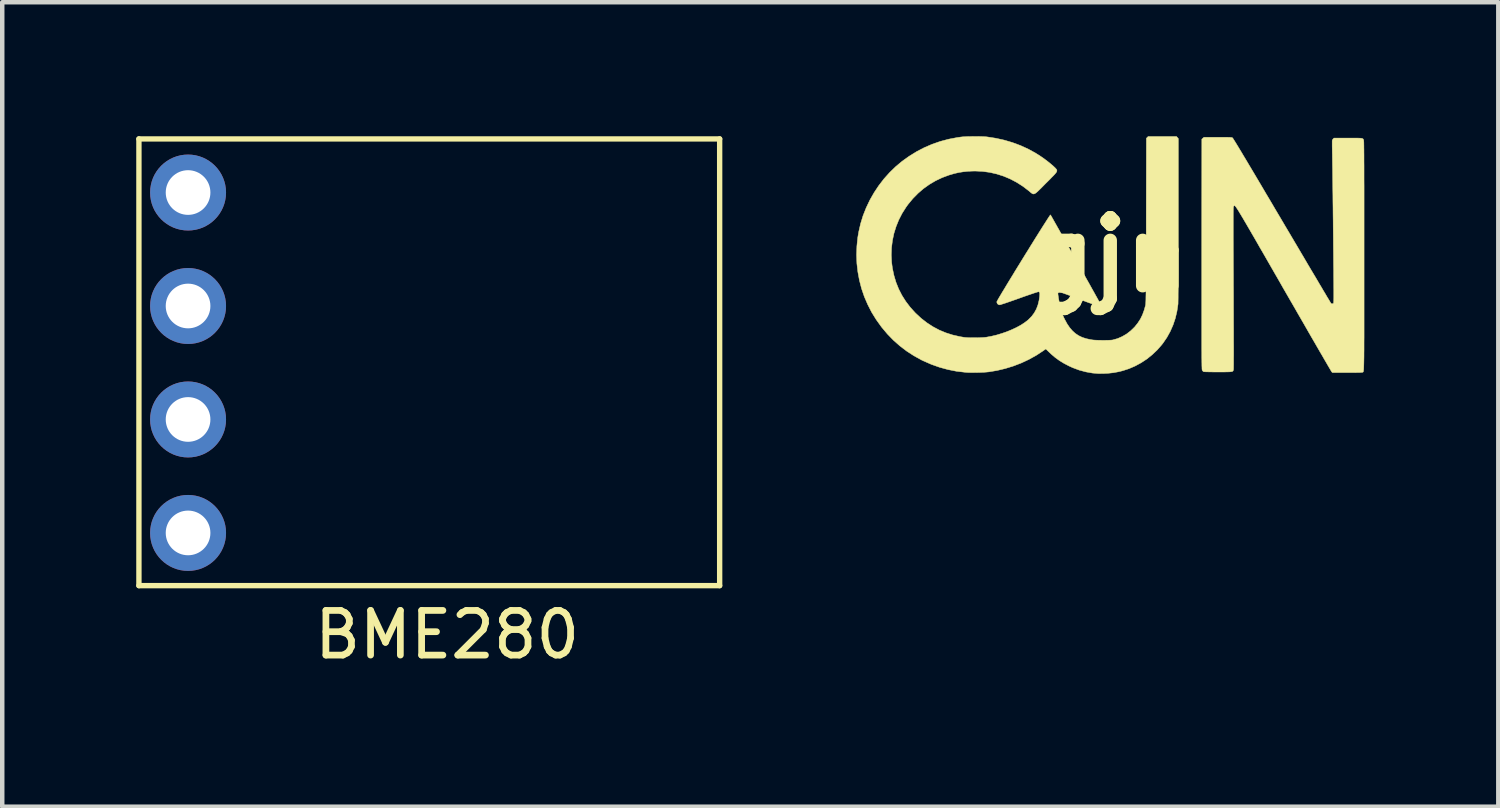
<source format=kicad_pcb>
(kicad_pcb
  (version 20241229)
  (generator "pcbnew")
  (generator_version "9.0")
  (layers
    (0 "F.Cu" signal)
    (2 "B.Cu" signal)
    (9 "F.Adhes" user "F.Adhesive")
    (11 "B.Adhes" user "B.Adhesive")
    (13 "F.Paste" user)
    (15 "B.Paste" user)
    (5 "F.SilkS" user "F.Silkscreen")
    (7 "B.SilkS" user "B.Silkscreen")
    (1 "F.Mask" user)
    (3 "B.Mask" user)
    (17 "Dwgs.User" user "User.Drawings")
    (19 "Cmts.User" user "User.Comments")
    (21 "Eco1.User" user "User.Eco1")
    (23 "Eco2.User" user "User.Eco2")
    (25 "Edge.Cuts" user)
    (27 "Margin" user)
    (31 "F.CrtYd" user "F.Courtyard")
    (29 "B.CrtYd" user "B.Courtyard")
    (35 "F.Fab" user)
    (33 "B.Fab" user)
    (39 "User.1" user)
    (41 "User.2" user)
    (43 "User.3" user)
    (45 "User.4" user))
  (footprint "gjn"
    (layer "F.Cu")
    (at 21.804 2.657)
    (property "Reference" "gjn" (at 0 0 0) (layer "F.SilkS") (effects (font (size 1.524 1.524) (thickness 0.3))))
    (attr through_hole)
    (fp_poly (pts (xy 2.484 -2.634) (xy 2.549 -2.634) (xy 2.601 -2.634) (xy 2.643 -2.633) (xy 2.676 -2.632) (xy 2.7 -2.63) (xy 2.717 -2.629) (xy 2.728 -2.626) (xy 2.734 -2.624) (xy 2.738 -2.62) (xy 2.746 -2.61) (xy 2.756 -2.594) (xy 2.771 -2.57) (xy 2.79 -2.54) (xy 2.813 -2.503) (xy 2.841 -2.457) (xy 2.873 -2.404) (xy 2.91 -2.343) (xy 2.952 -2.273) (xy 2.999 -2.194) (xy 3.052 -2.106) (xy 3.11 -2.008) (xy 3.174 -1.901) (xy 3.244 -1.783) (xy 3.32 -1.655) (xy 3.402 -1.516) (xy 3.491 -1.365) (xy 3.587 -1.204) (xy 3.689 -1.03) (xy 3.799 -0.845) (xy 3.842 -0.772) (xy 3.931 -0.621) (xy 4.019 -0.473) (xy 4.104 -0.329) (xy 4.187 -0.189) (xy 4.267 -0.053) (xy 4.344 0.077) (xy 4.417 0.202) (xy 4.487 0.32) (xy 4.554 0.432) (xy 4.616 0.536) (xy 4.673 0.634) (xy 4.726 0.722) (xy 4.773 0.803) (xy 4.816 0.874) (xy 4.852 0.936) (xy 4.883 0.987) (xy 4.908 1.028) (xy 4.926 1.058) (xy 4.937 1.077) (xy 4.941 1.083) (xy 4.959 1.094) (xy 4.979 1.093) (xy 4.996 1.082) (xy 4.997 1.08) (xy 4.998 1.076) (xy 5 1.071) (xy 5.001 1.063) (xy 5.001 1.051) (xy 5.002 1.036) (xy 5.003 1.016) (xy 5.003 0.992) (xy 5.004 0.962) (xy 5.004 0.926) (xy 5.004 0.883) (xy 5.004 0.833) (xy 5.004 0.775) (xy 5.003 0.709) (xy 5.003 0.634) (xy 5.002 0.549) (xy 5.001 0.455) (xy 5.001 0.349) (xy 4.999 0.232) (xy 4.998 0.103) (xy 4.997 -0.038) (xy 4.995 -0.192) (xy 4.994 -0.36) (xy 4.993 -0.458) (xy 4.991 -0.61) (xy 4.99 -0.761) (xy 4.988 -0.909) (xy 4.987 -1.055) (xy 4.985 -1.196) (xy 4.984 -1.333) (xy 4.982 -1.464) (xy 4.981 -1.588) (xy 4.979 -1.705) (xy 4.978 -1.814) (xy 4.977 -1.914) (xy 4.975 -2.004) (xy 4.974 -2.083) (xy 4.973 -2.151) (xy 4.972 -2.206) (xy 4.972 -2.248) (xy 4.971 -2.264) (xy 4.97 -2.327) (xy 4.969 -2.386) (xy 4.968 -2.44) (xy 4.968 -2.486) (xy 4.968 -2.523) (xy 4.968 -2.549) (xy 4.969 -2.562) (xy 4.969 -2.563) (xy 4.977 -2.582) (xy 4.991 -2.599) (xy 5.009 -2.616) (xy 5.323 -2.616) (xy 5.4 -2.616) (xy 5.465 -2.616) (xy 5.518 -2.616) (xy 5.56 -2.615) (xy 5.593 -2.614) (xy 5.618 -2.612) (xy 5.636 -2.608) (xy 5.648 -2.604) (xy 5.657 -2.599) (xy 5.663 -2.592) (xy 5.667 -2.584) (xy 5.672 -2.573) (xy 5.673 -2.571) (xy 5.673 -2.567) (xy 5.674 -2.559) (xy 5.675 -2.547) (xy 5.676 -2.529) (xy 5.677 -2.507) (xy 5.677 -2.479) (xy 5.678 -2.444) (xy 5.678 -2.404) (xy 5.679 -2.356) (xy 5.679 -2.302) (xy 5.68 -2.239) (xy 5.68 -2.168) (xy 5.68 -2.089) (xy 5.681 -2.001) (xy 5.681 -1.903) (xy 5.681 -1.796) (xy 5.681 -1.679) (xy 5.682 -1.551) (xy 5.682 -1.411) (xy 5.682 -1.261) (xy 5.682 -1.099) (xy 5.682 -0.924) (xy 5.682 -0.737) (xy 5.682 -0.536) (xy 5.682 -0.322) (xy 5.682 -0.094) (xy 5.682 0.011) (xy 5.682 0.242) (xy 5.682 0.459) (xy 5.682 0.662) (xy 5.682 0.852) (xy 5.682 1.029) (xy 5.682 1.194) (xy 5.682 1.347) (xy 5.682 1.489) (xy 5.682 1.62) (xy 5.682 1.74) (xy 5.682 1.85) (xy 5.681 1.951) (xy 5.681 2.042) (xy 5.681 2.125) (xy 5.68 2.199) (xy 5.68 2.266) (xy 5.679 2.325) (xy 5.678 2.377) (xy 5.677 2.423) (xy 5.676 2.462) (xy 5.675 2.496) (xy 5.674 2.525) (xy 5.673 2.549) (xy 5.672 2.568) (xy 5.67 2.584) (xy 5.668 2.596) (xy 5.667 2.606) (xy 5.665 2.613) (xy 5.662 2.617) (xy 5.66 2.62) (xy 5.658 2.622) (xy 5.655 2.624) (xy 5.652 2.624) (xy 5.649 2.626) (xy 5.647 2.627) (xy 5.636 2.629) (xy 5.611 2.63) (xy 5.573 2.632) (xy 5.52 2.633) (xy 5.453 2.634) (xy 5.373 2.634) (xy 5.303 2.634) (xy 4.974 2.634) (xy 4.957 2.617) (xy 4.952 2.609) (xy 4.94 2.589) (xy 4.922 2.558) (xy 4.897 2.516) (xy 4.866 2.463) (xy 4.829 2.399) (xy 4.787 2.327) (xy 4.74 2.245) (xy 4.687 2.155) (xy 4.63 2.056) (xy 4.569 1.95) (xy 4.503 1.837) (xy 4.434 1.717) (xy 4.362 1.591) (xy 4.286 1.459) (xy 4.207 1.323) (xy 4.126 1.181) (xy 4.042 1.036) (xy 3.956 0.887) (xy 3.879 0.754) (xy 3.775 0.571) (xy 3.677 0.401) (xy 3.586 0.243) (xy 3.501 0.095) (xy 3.423 -0.041) (xy 3.35 -0.166) (xy 3.284 -0.282) (xy 3.223 -0.388) (xy 3.167 -0.484) (xy 3.116 -0.572) (xy 3.07 -0.651) (xy 3.028 -0.723) (xy 2.991 -0.786) (xy 2.958 -0.842) (xy 2.928 -0.892) (xy 2.902 -0.935) (xy 2.88 -0.972) (xy 2.86 -1.004) (xy 2.843 -1.03) (xy 2.829 -1.052) (xy 2.817 -1.069) (xy 2.807 -1.082) (xy 2.798 -1.092) (xy 2.791 -1.099) (xy 2.786 -1.103) (xy 2.782 -1.104) (xy 2.778 -1.104) (xy 2.775 -1.103) (xy 2.772 -1.1) (xy 2.769 -1.097) (xy 2.766 -1.093) (xy 2.765 -1.091) (xy 2.763 -1.09) (xy 2.762 -1.088) (xy 2.76 -1.085) (xy 2.759 -1.08) (xy 2.758 -1.074) (xy 2.757 -1.064) (xy 2.756 -1.052) (xy 2.755 -1.036) (xy 2.755 -1.016) (xy 2.754 -0.991) (xy 2.754 -0.961) (xy 2.753 -0.925) (xy 2.753 -0.883) (xy 2.753 -0.834) (xy 2.753 -0.778) (xy 2.753 -0.714) (xy 2.753 -0.641) (xy 2.753 -0.559) (xy 2.753 -0.468) (xy 2.753 -0.367) (xy 2.754 -0.255) (xy 2.754 -0.132) (xy 2.755 0.003) (xy 2.755 0.15) (xy 2.756 0.309) (xy 2.757 0.482) (xy 2.757 0.669) (xy 2.758 0.736) (xy 2.759 0.948) (xy 2.759 1.145) (xy 2.76 1.328) (xy 2.76 1.498) (xy 2.761 1.654) (xy 2.761 1.797) (xy 2.761 1.927) (xy 2.762 2.044) (xy 2.762 2.148) (xy 2.762 2.241) (xy 2.761 2.321) (xy 2.761 2.39) (xy 2.761 2.448) (xy 2.76 2.494) (xy 2.76 2.53) (xy 2.759 2.555) (xy 2.758 2.569) (xy 2.757 2.573) (xy 2.754 2.584) (xy 2.75 2.593) (xy 2.744 2.601) (xy 2.735 2.607) (xy 2.722 2.611) (xy 2.703 2.614) (xy 2.678 2.617) (xy 2.644 2.618) (xy 2.601 2.619) (xy 2.547 2.62) (xy 2.481 2.62) (xy 2.41 2.62) (xy 2.325 2.62) (xy 2.253 2.619) (xy 2.195 2.618) (xy 2.15 2.617) (xy 2.117 2.616) (xy 2.096 2.614) (xy 2.087 2.612) (xy 2.072 2.599) (xy 2.058 2.581) (xy 2.058 2.58) (xy 2.057 2.576) (xy 2.056 2.571) (xy 2.055 2.563) (xy 2.054 2.552) (xy 2.053 2.538) (xy 2.053 2.52) (xy 2.052 2.497) (xy 2.051 2.47) (xy 2.051 2.438) (xy 2.05 2.399) (xy 2.05 2.355) (xy 2.049 2.304) (xy 2.049 2.247) (xy 2.049 2.181) (xy 2.048 2.108) (xy 2.048 2.027) (xy 2.048 1.937) (xy 2.048 1.838) (xy 2.048 1.729) (xy 2.048 1.61) (xy 2.048 1.48) (xy 2.048 1.34) (xy 2.048 1.188) (xy 2.048 1.025) (xy 2.048 0.849) (xy 2.048 0.66) (xy 2.048 0.459) (xy 2.048 0.243) (xy 2.048 0.014) (xy 2.048 -0.018) (xy 2.05 -2.592) (xy 2.098 -2.634) (xy 2.406 -2.634) (xy 2.484 -2.634)) (stroke (width 0.01) (type solid)) (fill yes) (layer "F.SilkS"))
    (fp_poly (pts (xy 1.524 -2.605) (xy 1.524 -0.787) (xy 1.524 -0.573) (xy 1.524 -0.37) (xy 1.524 -0.18) (xy 1.524 -0.003) (xy 1.523 0.162) (xy 1.523 0.315) (xy 1.523 0.454) (xy 1.522 0.58) (xy 1.522 0.693) (xy 1.521 0.793) (xy 1.52 0.879) (xy 1.52 0.952) (xy 1.519 1.01) (xy 1.518 1.055) (xy 1.518 1.085) (xy 1.517 1.101) (xy 1.517 1.102) (xy 1.493 1.263) (xy 1.456 1.419) (xy 1.406 1.568) (xy 1.343 1.711) (xy 1.268 1.847) (xy 1.179 1.977) (xy 1.15 2.014) (xy 1.05 2.128) (xy 0.939 2.233) (xy 0.82 2.329) (xy 0.692 2.413) (xy 0.558 2.486) (xy 0.419 2.546) (xy 0.275 2.593) (xy 0.185 2.615) (xy 0.072 2.636) (xy -0.046 2.649) (xy -0.164 2.655) (xy -0.28 2.654) (xy -0.387 2.645) (xy -0.392 2.645) (xy -0.546 2.618) (xy -0.695 2.578) (xy -0.84 2.524) (xy -0.925 2.485) (xy -1.038 2.426) (xy -1.139 2.364) (xy -1.233 2.296) (xy -1.323 2.219) (xy -1.361 2.183) (xy -1.443 2.104) (xy -1.503 2.147) (xy -1.657 2.248) (xy -1.821 2.339) (xy -1.992 2.419) (xy -2.169 2.487) (xy -2.351 2.543) (xy -2.535 2.587) (xy -2.714 2.617) (xy -2.768 2.622) (xy -2.833 2.627) (xy -2.905 2.63) (xy -2.981 2.632) (xy -3.057 2.633) (xy -3.129 2.633) (xy -3.194 2.631) (xy -3.246 2.627) (xy -3.442 2.604) (xy -3.633 2.566) (xy -3.82 2.515) (xy -4.004 2.45) (xy -4.184 2.371) (xy -4.226 2.351) (xy -4.396 2.257) (xy -4.557 2.153) (xy -4.709 2.037) (xy -4.853 1.91) (xy -4.988 1.771) (xy -5.115 1.62) (xy -5.125 1.607) (xy -5.239 1.448) (xy -5.341 1.283) (xy -5.429 1.111) (xy -5.505 0.935) (xy -5.567 0.754) (xy -5.615 0.569) (xy -5.65 0.381) (xy -5.672 0.19) (xy -5.679 -0.003) (xy -5.672 -0.197) (xy -5.652 -0.392) (xy -5.631 -0.514) (xy -5.589 -0.699) (xy -5.533 -0.881) (xy -5.463 -1.057) (xy -5.381 -1.229) (xy -5.287 -1.394) (xy -5.182 -1.552) (xy -5.066 -1.703) (xy -4.939 -1.845) (xy -4.803 -1.977) (xy -4.657 -2.099) (xy -4.503 -2.209) (xy -4.335 -2.313) (xy -4.164 -2.402) (xy -3.988 -2.478) (xy -3.807 -2.541) (xy -3.62 -2.591) (xy -3.426 -2.628) (xy -3.349 -2.639) (xy -3.306 -2.644) (xy -3.251 -2.647) (xy -3.188 -2.65) (xy -3.119 -2.651) (xy -3.048 -2.652) (xy -2.976 -2.652) (xy -2.908 -2.651) (xy -2.846 -2.649) (xy -2.794 -2.646) (xy -2.761 -2.643) (xy -2.566 -2.613) (xy -2.375 -2.571) (xy -2.189 -2.516) (xy -2.009 -2.449) (xy -1.836 -2.37) (xy -1.672 -2.28) (xy -1.564 -2.211) (xy -1.509 -2.174) (xy -1.455 -2.134) (xy -1.402 -2.094) (xy -1.353 -2.055) (xy -1.308 -2.017) (xy -1.269 -1.983) (xy -1.236 -1.952) (xy -1.213 -1.927) (xy -1.199 -1.908) (xy -1.196 -1.9) (xy -1.195 -1.89) (xy -1.195 -1.88) (xy -1.198 -1.87) (xy -1.203 -1.858) (xy -1.213 -1.843) (xy -1.227 -1.825) (xy -1.247 -1.802) (xy -1.273 -1.774) (xy -1.307 -1.74) (xy -1.348 -1.697) (xy -1.399 -1.646) (xy -1.44 -1.606) (xy -1.499 -1.546) (xy -1.548 -1.496) (xy -1.59 -1.455) (xy -1.624 -1.422) (xy -1.653 -1.397) (xy -1.676 -1.38) (xy -1.697 -1.369) (xy -1.714 -1.365) (xy -1.73 -1.366) (xy -1.746 -1.373) (xy -1.763 -1.385) (xy -1.783 -1.4) (xy -1.805 -1.42) (xy -1.822 -1.434) (xy -1.954 -1.535) (xy -2.093 -1.624) (xy -2.237 -1.7) (xy -2.386 -1.763) (xy -2.54 -1.812) (xy -2.696 -1.848) (xy -2.856 -1.87) (xy -3.017 -1.878) (xy -3.081 -1.877) (xy -3.191 -1.872) (xy -3.292 -1.861) (xy -3.388 -1.846) (xy -3.485 -1.824) (xy -3.585 -1.795) (xy -3.609 -1.788) (xy -3.763 -1.731) (xy -3.91 -1.661) (xy -4.049 -1.579) (xy -4.181 -1.485) (xy -4.304 -1.379) (xy -4.419 -1.262) (xy -4.524 -1.135) (xy -4.573 -1.067) (xy -4.661 -0.928) (xy -4.735 -0.783) (xy -4.795 -0.634) (xy -4.843 -0.48) (xy -4.876 -0.323) (xy -4.896 -0.163) (xy -4.902 -0.000203) (xy -4.894 0.164) (xy -4.877 0.295) (xy -4.843 0.456) (xy -4.797 0.611) (xy -4.737 0.761) (xy -4.664 0.904) (xy -4.578 1.04) (xy -4.479 1.17) (xy -4.368 1.293) (xy -4.355 1.306) (xy -4.232 1.42) (xy -4.103 1.52) (xy -3.969 1.607) (xy -3.828 1.682) (xy -3.681 1.743) (xy -3.527 1.792) (xy -3.365 1.829) (xy -3.269 1.845) (xy -3.229 1.849) (xy -3.177 1.852) (xy -3.118 1.854) (xy -3.053 1.854) (xy -2.987 1.854) (xy -2.923 1.852) (xy -2.863 1.849) (xy -2.811 1.846) (xy -2.772 1.841) (xy -2.658 1.82) (xy -2.541 1.792) (xy -2.426 1.757) (xy -2.313 1.718) (xy -2.204 1.673) (xy -2.101 1.625) (xy -2.007 1.574) (xy -1.923 1.52) (xy -1.85 1.465) (xy -1.83 1.447) (xy -1.759 1.375) (xy -1.701 1.297) (xy -1.654 1.212) (xy -1.619 1.119) (xy -1.594 1.018) (xy -1.582 0.934) (xy -1.579 0.892) (xy -1.578 0.863) (xy -1.582 0.844) (xy -1.589 0.832) (xy -1.601 0.825) (xy -1.604 0.824) (xy -1.614 0.825) (xy -1.637 0.832) (xy -1.673 0.843) (xy -1.722 0.859) (xy -1.783 0.88) (xy -1.856 0.905) (xy -1.94 0.934) (xy -2.034 0.968) (xy -2.035 0.968) (xy -2.112 0.996) (xy -2.184 1.021) (xy -2.252 1.045) (xy -2.313 1.066) (xy -2.366 1.084) (xy -2.41 1.098) (xy -2.444 1.109) (xy -2.467 1.116) (xy -2.476 1.118) (xy -2.504 1.111) (xy -2.525 1.094) (xy -2.537 1.069) (xy -2.539 1.047) (xy -2.535 1.038) (xy -2.523 1.017) (xy -2.506 0.985) (xy -2.482 0.944) (xy -2.452 0.894) (xy -2.418 0.836) (xy -2.378 0.771) (xy -2.335 0.699) (xy -2.288 0.621) (xy -2.238 0.539) (xy -2.185 0.453) (xy -2.131 0.363) (xy -2.074 0.271) (xy -2.016 0.177) (xy -1.958 0.082) (xy -1.9 -0.012) (xy -1.841 -0.106) (xy -1.784 -0.199) (xy -1.728 -0.289) (xy -1.674 -0.376) (xy -1.622 -0.459) (xy -1.573 -0.537) (xy -1.527 -0.61) (xy -1.485 -0.676) (xy -1.447 -0.735) (xy -1.414 -0.787) (xy -1.387 -0.829) (xy -1.365 -0.862) (xy -1.349 -0.885) (xy -1.34 -0.896) (xy -1.338 -0.898) (xy -1.334 -0.89) (xy -1.322 -0.871) (xy -1.305 -0.841) (xy -1.282 -0.8) (xy -1.254 -0.75) (xy -1.221 -0.692) (xy -1.184 -0.626) (xy -1.143 -0.554) (xy -1.099 -0.475) (xy -1.052 -0.392) (xy -1.002 -0.304) (xy -0.951 -0.213) (xy -0.899 -0.119) (xy -0.845 -0.024) (xy -0.791 0.072) (xy -0.737 0.169) (xy -0.684 0.264) (xy -0.632 0.358) (xy -0.581 0.449) (xy -0.532 0.537) (xy -0.485 0.62) (xy -0.441 0.699) (xy -0.401 0.771) (xy -0.364 0.837) (xy -0.332 0.895) (xy -0.304 0.945) (xy -0.282 0.985) (xy -0.265 1.016) (xy -0.255 1.035) (xy -0.251 1.043) (xy -0.251 1.063) (xy -0.258 1.087) (xy -0.271 1.107) (xy -0.282 1.117) (xy -0.301 1.123) (xy -0.317 1.125) (xy -0.327 1.122) (xy -0.35 1.115) (xy -0.384 1.103) (xy -0.427 1.088) (xy -0.479 1.069) (xy -0.538 1.048) (xy -0.603 1.023) (xy -0.672 0.997) (xy -0.728 0.976) (xy -0.8 0.949) (xy -0.869 0.923) (xy -0.932 0.899) (xy -0.99 0.878) (xy -1.04 0.86) (xy -1.081 0.846) (xy -1.113 0.835) (xy -1.133 0.829) (xy -1.14 0.827) (xy -1.153 0.829) (xy -1.163 0.833) (xy -1.169 0.844) (xy -1.171 0.861) (xy -1.17 0.886) (xy -1.165 0.922) (xy -1.158 0.97) (xy -1.154 0.991) (xy -1.138 1.078) (xy -1.123 1.154) (xy -1.106 1.221) (xy -1.088 1.281) (xy -1.068 1.337) (xy -1.044 1.393) (xy -1.019 1.444) (xy -0.966 1.542) (xy -0.909 1.626) (xy -0.848 1.697) (xy -0.782 1.757) (xy -0.709 1.806) (xy -0.628 1.845) (xy -0.538 1.874) (xy -0.437 1.896) (xy -0.391 1.903) (xy -0.357 1.906) (xy -0.314 1.908) (xy -0.263 1.91) (xy -0.209 1.911) (xy -0.153 1.912) (xy -0.098 1.911) (xy -0.047 1.91) (xy -0.003 1.908) (xy 0.032 1.906) (xy 0.054 1.903) (xy 0.164 1.872) (xy 0.267 1.827) (xy 0.365 1.77) (xy 0.457 1.699) (xy 0.544 1.615) (xy 0.55 1.608) (xy 0.617 1.524) (xy 0.675 1.435) (xy 0.723 1.336) (xy 0.762 1.228) (xy 0.788 1.132) (xy 0.79 1.126) (xy 0.791 1.118) (xy 0.792 1.109) (xy 0.793 1.098) (xy 0.794 1.084) (xy 0.795 1.067) (xy 0.796 1.046) (xy 0.797 1.021) (xy 0.798 0.991) (xy 0.798 0.956) (xy 0.799 0.914) (xy 0.8 0.867) (xy 0.8 0.812) (xy 0.801 0.749) (xy 0.801 0.679) (xy 0.801 0.6) (xy 0.802 0.511) (xy 0.802 0.413) (xy 0.803 0.305) (xy 0.803 0.186) (xy 0.803 0.056) (xy 0.804 -0.087) (xy 0.804 -0.241) (xy 0.805 -0.409) (xy 0.805 -0.59) (xy 0.805 -0.767) (xy 0.809 -2.612) (xy 0.849 -2.652) (xy 1.482 -2.652) (xy 1.524 -2.605)) (stroke (width 0.01) (type solid)) (fill yes) (layer "F.SilkS")))
  (footprint "BME280"
    (layer "F.Cu")
    (at 1.16 1.26)
    (property "Reference" "BME280" (at 5.8 9.9 0) (layer "F.SilkS") (effects (font (size 1 1) (thickness 0.15))))
    (attr through_hole)
    (fp_line (start -1.1 -1.2) (end -1.1 8.8) (stroke (width 0.12) (type solid)) (layer "F.SilkS"))
    (fp_line (start -1.1 -1.2) (end 11.9 -1.2) (stroke (width 0.12) (type solid)) (layer "F.SilkS"))
    (fp_line (start -1.1 8.8) (end 11.9 8.8) (stroke (width 0.12) (type solid)) (layer "F.SilkS"))
    (fp_line (start 11.9 -1.2) (end 11.9 8.8) (stroke (width 0.12) (type solid)) (layer "F.SilkS"))
    (pad "1" thru_hole circle (at 0 0) (size 1.7 1.7) (drill 1) (layers "*.Cu" "*.Mask"))
    (pad "2" thru_hole circle (at 0 2.54) (size 1.7 1.7) (drill 1) (layers "*.Cu" "*.Mask"))
    (pad "3" thru_hole circle (at 0 5.08) (size 1.7 1.7) (drill 1) (layers "*.Cu" "*.Mask"))
    (pad "4" thru_hole circle (at 0 7.62) (size 1.7 1.7) (drill 1) (layers "*.Cu" "*.Mask")))
  (gr_rect
    (start -3 -3)
    (end 30.491 15.008)
    (stroke (width 0.1) (type default))
    (fill no)
    (layer "Edge.Cuts")))
</source>
